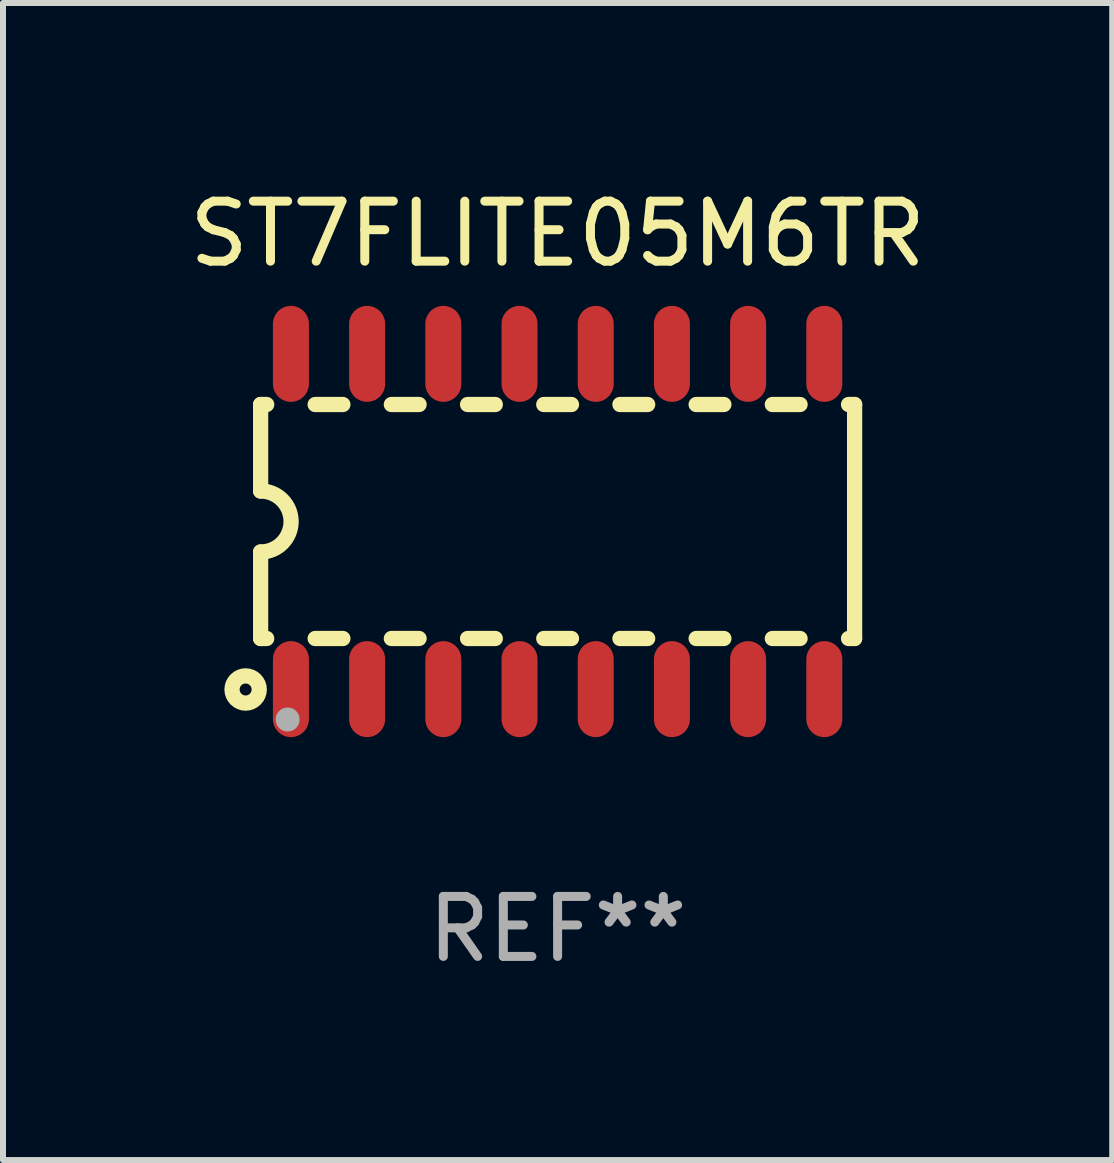
<source format=kicad_pcb>
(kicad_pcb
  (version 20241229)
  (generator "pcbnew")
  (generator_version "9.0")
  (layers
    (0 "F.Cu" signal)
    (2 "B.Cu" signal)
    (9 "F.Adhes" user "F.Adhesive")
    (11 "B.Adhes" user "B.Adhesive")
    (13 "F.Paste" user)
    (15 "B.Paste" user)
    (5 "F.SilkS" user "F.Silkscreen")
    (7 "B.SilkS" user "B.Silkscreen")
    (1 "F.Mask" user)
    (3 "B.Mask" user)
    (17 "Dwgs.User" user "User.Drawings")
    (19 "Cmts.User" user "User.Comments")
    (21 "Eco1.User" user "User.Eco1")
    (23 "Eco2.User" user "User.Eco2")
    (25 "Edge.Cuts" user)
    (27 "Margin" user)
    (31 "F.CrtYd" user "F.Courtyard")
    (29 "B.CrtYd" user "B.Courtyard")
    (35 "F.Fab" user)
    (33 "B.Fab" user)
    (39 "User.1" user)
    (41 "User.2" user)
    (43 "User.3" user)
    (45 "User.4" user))
  (footprint "ST7FLITE05M6TR"
    (layer "F.Cu")
    (at 6.244 5.642)
    (property "Reference" "ST7FLITE05M6TR" (at 0 -4.794 0) (layer "F.SilkS") (effects (font (size 1 1) (thickness 0.15))))
    (attr through_hole)
    (fp_line (start -4.95 -1.95) (end -4.95 -0.508) (stroke (width 0.254) (type solid)) (layer "F.SilkS"))
    (fp_line (start -4.95 -1.95) (end -4.849 -1.95) (stroke (width 0.254) (type solid)) (layer "F.SilkS"))
    (fp_line (start -4.95 1.95) (end -4.95 0.508) (stroke (width 0.254) (type solid)) (layer "F.SilkS"))
    (fp_line (start -4.95 1.95) (end -4.849 1.95) (stroke (width 0.254) (type solid)) (layer "F.SilkS"))
    (fp_line (start -4.041 -1.95) (end -3.579 -1.95) (stroke (width 0.254) (type solid)) (layer "F.SilkS"))
    (fp_line (start -4.041 1.95) (end -3.579 1.95) (stroke (width 0.254) (type solid)) (layer "F.SilkS"))
    (fp_line (start -2.771 -1.95) (end -2.309 -1.95) (stroke (width 0.254) (type solid)) (layer "F.SilkS"))
    (fp_line (start -2.771 1.95) (end -2.309 1.95) (stroke (width 0.254) (type solid)) (layer "F.SilkS"))
    (fp_line (start -1.501 -1.95) (end -1.039 -1.95) (stroke (width 0.254) (type solid)) (layer "F.SilkS"))
    (fp_line (start -1.501 1.95) (end -1.039 1.95) (stroke (width 0.254) (type solid)) (layer "F.SilkS"))
    (fp_line (start -0.231 -1.95) (end 0.231 -1.95) (stroke (width 0.254) (type solid)) (layer "F.SilkS"))
    (fp_line (start -0.231 1.95) (end 0.231 1.95) (stroke (width 0.254) (type solid)) (layer "F.SilkS"))
    (fp_line (start 1.039 -1.95) (end 1.501 -1.95) (stroke (width 0.254) (type solid)) (layer "F.SilkS"))
    (fp_line (start 1.039 1.95) (end 1.501 1.95) (stroke (width 0.254) (type solid)) (layer "F.SilkS"))
    (fp_line (start 2.309 -1.95) (end 2.771 -1.95) (stroke (width 0.254) (type solid)) (layer "F.SilkS"))
    (fp_line (start 2.309 1.95) (end 2.771 1.95) (stroke (width 0.254) (type solid)) (layer "F.SilkS"))
    (fp_line (start 3.579 -1.95) (end 4.041 -1.95) (stroke (width 0.254) (type solid)) (layer "F.SilkS"))
    (fp_line (start 3.579 1.95) (end 4.041 1.95) (stroke (width 0.254) (type solid)) (layer "F.SilkS"))
    (fp_line (start 4.849 -1.95) (end 4.95 -1.95) (stroke (width 0.254) (type solid)) (layer "F.SilkS"))
    (fp_line (start 4.849 1.95) (end 4.95 1.95) (stroke (width 0.254) (type solid)) (layer "F.SilkS"))
    (fp_line (start 4.95 -1.95) (end 4.95 1.95) (stroke (width 0.254) (type solid)) (layer "F.SilkS"))
    (fp_arc (start -4.95047 -0.508001) (mid -4.442469 -0.000228) (end -4.950013 0.508001) (stroke (width 0.254001) (type solid)) (layer "F.SilkS"))
    (fp_circle (center -5.2 2.8) (end -5.1 2.8) (stroke (width 0.254) (type solid)) (fill no) (layer "F.SilkS"))
    (fp_circle (center -4.95 2.947) (end -4.92 2.947) (stroke (width 0.06) (type solid)) (fill no) (layer "F.SilkS"))
    (fp_circle (center -4.5 3.3) (end -4.4 3.3) (stroke (width 0.2) (type solid)) (fill no) (layer "F.Fab"))
    (fp_text user "REF**" (at 0 6.794 0) (layer "F.Fab") (effects (font (size 1 1) (thickness 0.15))))
    (pad "1" smd oval (at -4.445 2.794) (size 0.6 1.6) (layers "F.Cu" "F.Mask" "F.Paste"))
    (pad "2" smd oval (at -3.175 2.794) (size 0.6 1.6) (layers "F.Cu" "F.Mask" "F.Paste"))
    (pad "3" smd oval (at -1.905 2.794) (size 0.6 1.6) (layers "F.Cu" "F.Mask" "F.Paste"))
    (pad "4" smd oval (at -0.635 2.794) (size 0.6 1.6) (layers "F.Cu" "F.Mask" "F.Paste"))
    (pad "5" smd oval (at 0.635 2.794) (size 0.6 1.6) (layers "F.Cu" "F.Mask" "F.Paste"))
    (pad "6" smd oval (at 1.905 2.794) (size 0.6 1.6) (layers "F.Cu" "F.Mask" "F.Paste"))
    (pad "7" smd oval (at 3.175 2.794) (size 0.6 1.6) (layers "F.Cu" "F.Mask" "F.Paste"))
    (pad "8" smd oval (at 4.445 2.794) (size 0.6 1.6) (layers "F.Cu" "F.Mask" "F.Paste"))
    (pad "9" smd oval (at 4.445 -2.794) (size 0.6 1.6) (layers "F.Cu" "F.Mask" "F.Paste"))
    (pad "10" smd oval (at 3.175 -2.794) (size 0.6 1.6) (layers "F.Cu" "F.Mask" "F.Paste"))
    (pad "11" smd oval (at 1.905 -2.794) (size 0.6 1.6) (layers "F.Cu" "F.Mask" "F.Paste"))
    (pad "12" smd oval (at 0.635 -2.794) (size 0.6 1.6) (layers "F.Cu" "F.Mask" "F.Paste"))
    (pad "13" smd oval (at -0.635 -2.794) (size 0.6 1.6) (layers "F.Cu" "F.Mask" "F.Paste"))
    (pad "14" smd oval (at -1.905 -2.794) (size 0.6 1.6) (layers "F.Cu" "F.Mask" "F.Paste"))
    (pad "15" smd oval (at -3.175 -2.794) (size 0.6 1.6) (layers "F.Cu" "F.Mask" "F.Paste"))
    (pad "16" smd oval (at -4.445 -2.794) (size 0.6 1.6) (layers "F.Cu" "F.Mask" "F.Paste")))
  (gr_rect
    (start -3 -3)
    (end 15.488 16.285)
    (stroke (width 0.1) (type default))
    (fill no)
    (layer "Edge.Cuts")))
</source>
